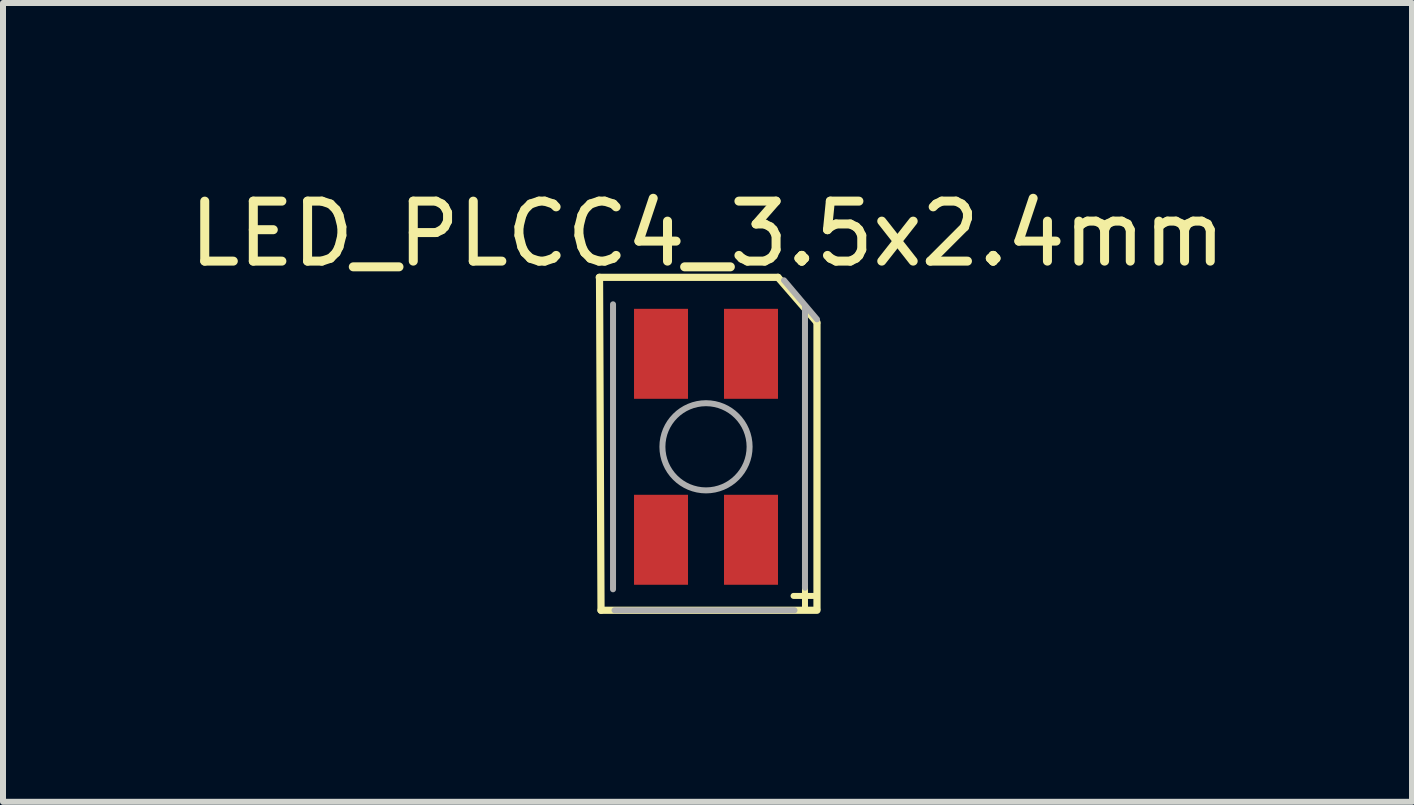
<source format=kicad_pcb>
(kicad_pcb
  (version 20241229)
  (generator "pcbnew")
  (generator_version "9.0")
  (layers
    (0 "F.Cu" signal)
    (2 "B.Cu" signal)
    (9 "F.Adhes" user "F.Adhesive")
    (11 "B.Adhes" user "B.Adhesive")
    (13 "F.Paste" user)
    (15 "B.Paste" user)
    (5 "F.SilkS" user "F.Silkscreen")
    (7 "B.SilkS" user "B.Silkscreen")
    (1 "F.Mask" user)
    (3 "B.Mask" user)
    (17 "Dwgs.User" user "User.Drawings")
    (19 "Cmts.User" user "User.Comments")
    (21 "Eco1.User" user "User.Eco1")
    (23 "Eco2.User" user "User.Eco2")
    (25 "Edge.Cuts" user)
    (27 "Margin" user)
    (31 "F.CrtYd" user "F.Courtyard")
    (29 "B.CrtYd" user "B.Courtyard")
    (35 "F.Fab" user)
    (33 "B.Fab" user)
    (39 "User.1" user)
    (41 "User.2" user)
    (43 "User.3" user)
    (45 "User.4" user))
  (footprint "LED_PLCC4_3.5x2.4mm"
    (layer "F.Cu")
    (at 8.719 4.398)
    (property "Reference" "LED_PLCC4_3.5x2.4mm" (at 0.025 -3.55 0) (layer "F.SilkS") (effects (font (size 1 1) (thickness 0.15))))
    (attr through_hole)
    (fp_line (start -1.78 -2.825) (end 1.2 -2.825) (stroke (width 0.12) (type solid)) (layer "F.SilkS"))
    (fp_line (start -1.75 2.725) (end -1.775 -2.825) (stroke (width 0.12) (type solid)) (layer "F.SilkS"))
    (fp_line (start -1.75 2.725) (end 1.85 2.725) (stroke (width 0.12) (type solid)) (layer "F.SilkS"))
    (fp_line (start 1.85 -2.075) (end 1.2 -2.825) (stroke (width 0.12) (type solid)) (layer "F.SilkS"))
    (fp_line (start 1.85 2.7) (end 1.85 -2.05) (stroke (width 0.12) (type solid)) (layer "F.SilkS"))
    (fp_line (start -1.55 -2.375) (end -1.55 2.375) (stroke (width 0.1) (type solid)) (layer "F.Fab"))
    (fp_line (start -1.525 2.725) (end 1.475 2.725) (stroke (width 0.1) (type solid)) (layer "F.Fab"))
    (fp_line (start 1.3 -2.775) (end 1.85 -2.125) (stroke (width 0.1) (type solid)) (layer "F.Fab"))
    (fp_line (start 1.65 2.35) (end 1.65 -2.35) (stroke (width 0.1) (type solid)) (layer "F.Fab"))
    (fp_circle (center 0 0) (end -0.725 -0.05) (stroke (width 0.1) (type solid)) (fill no) (layer "F.Fab"))
    (fp_text user "+" (at 1.65 2.45 0) (layer "F.SilkS") (effects (font (size 0.5 0.5) (thickness 0.1))))
    (pad "1" smd rect (at -0.75 -1.55 180) (size 0.9 1.5) (layers "F.Cu" "F.Mask" "F.Paste"))
    (pad "2" smd rect (at -0.75 1.55 180) (size 0.9 1.5) (layers "F.Cu" "F.Mask" "F.Paste"))
    (pad "3" smd rect (at 0.75 -1.55) (size 0.9 1.5) (layers "F.Cu" "F.Mask" "F.Paste"))
    (pad "4" smd rect (at 0.75 1.55 180) (size 0.9 1.5) (layers "F.Cu" "F.Mask" "F.Paste")))
  (gr_rect
    (start -3 -3)
    (end 20.488 10.316)
    (stroke (width 0.1) (type default))
    (fill no)
    (layer "Edge.Cuts")))
</source>
